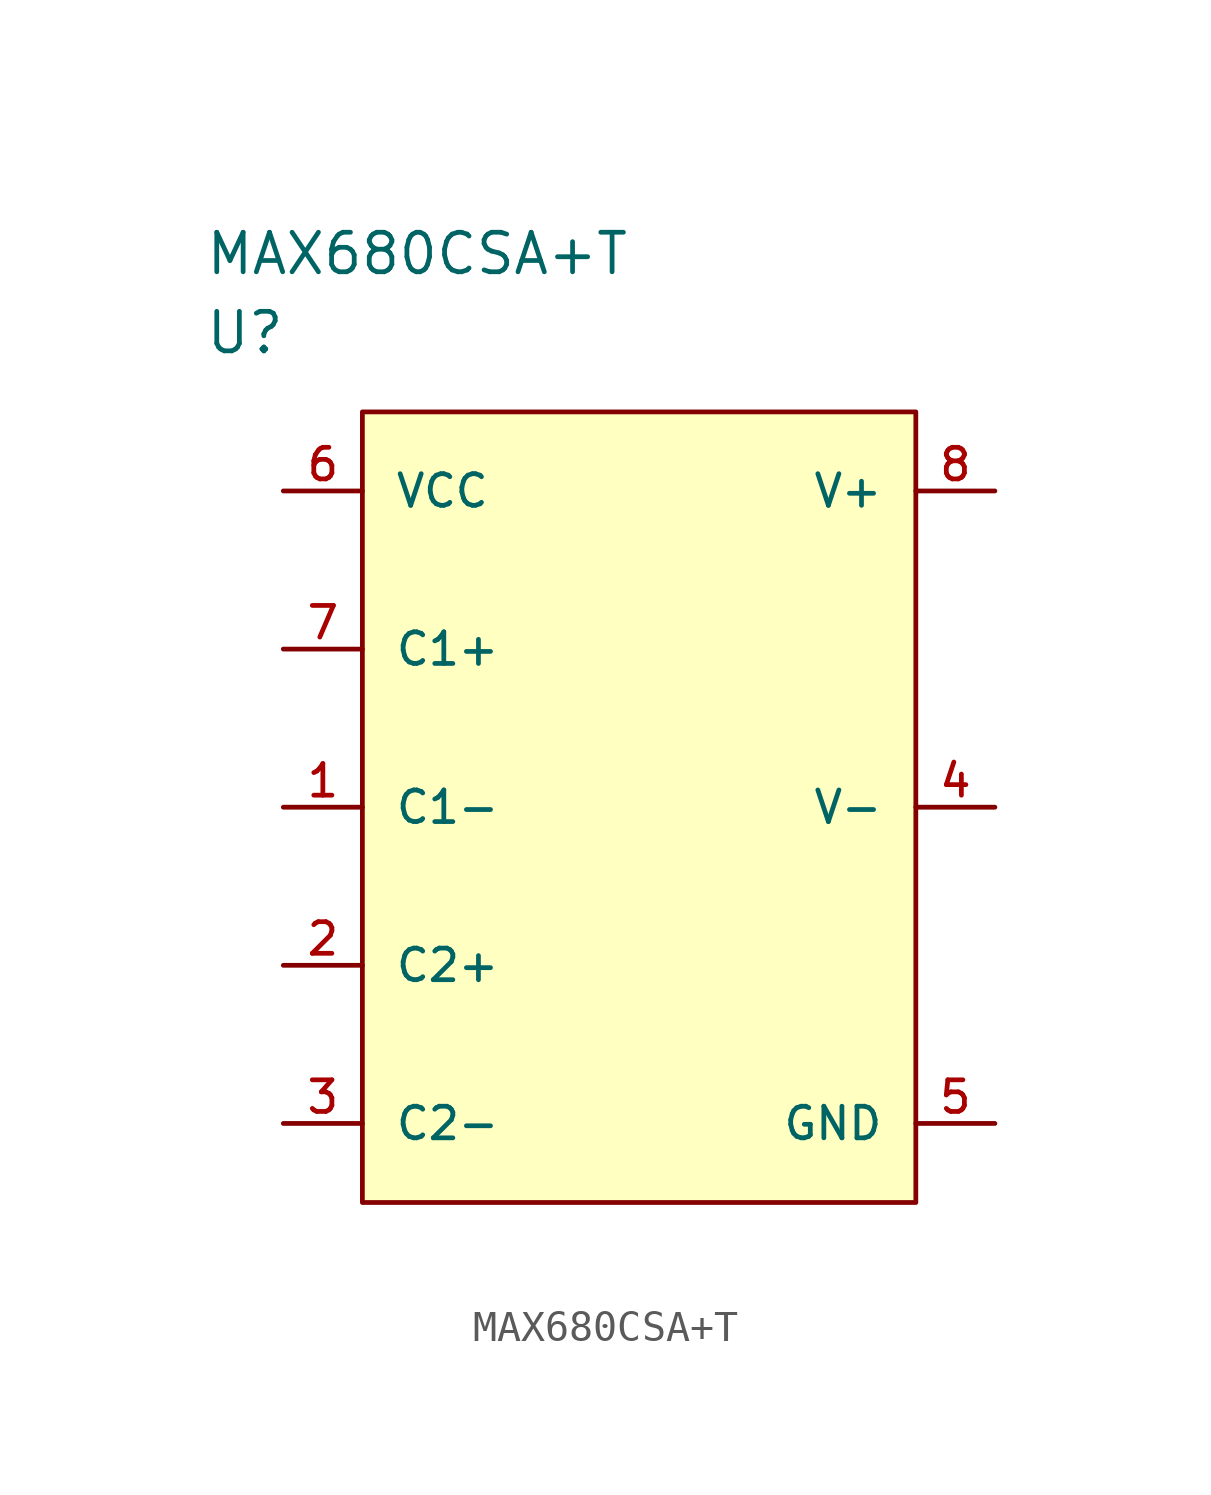
<source format=kicad_sym>
(kicad_symbol_lib
  (version 20211014)
  (generator kicad_symbol_editor)
  (symbol "MAX680CSA+T"
    (pin_names
      (offset 1.016))
    (property "Reference" "U"
      (at 0 5.08 0)
      (effects (font (size 1.27 1.27)) (justify left)))
    (property "Value" "MAX680CSA+T"
      (at 0 7.62 0)
      (effects (font (size 1.27 1.27)) (justify left)))
    (property "ki_locked" ""
      (at 0 0 0)
      (effects (font (size 1.27 1.27))))
    (symbol "MAX680CSA+T_1_1"
      (rectangle (start 5.08 2.54) (end 22.86 -22.86) (stroke (width 0) (type default) (color 0 0 0 0)) (fill (type background)))
      (pin passive line (at 2.54 -10.16 0) (length 2.54) (name "C1-" (effects (font (size 1.016 1.016)))) (number "1" (effects (font (size 1.016 1.016)))))
      (pin passive line (at 2.54 -15.24 0) (length 2.54) (name "C2+" (effects (font (size 1.016 1.016)))) (number "2" (effects (font (size 1.016 1.016)))))
      (pin passive line (at 2.54 -20.32 0) (length 2.54) (name "C2-" (effects (font (size 1.016 1.016)))) (number "3" (effects (font (size 1.016 1.016)))))
      (pin power_in line (at 25.4 -10.16 180) (length 2.54) (name "V-" (effects (font (size 1.016 1.016)))) (number "4" (effects (font (size 1.016 1.016)))))
      (pin power_in line (at 25.4 -20.32 180) (length 2.54) (name "GND" (effects (font (size 1.016 1.016)))) (number "5" (effects (font (size 1.016 1.016)))))
      (pin power_in line (at 2.54 0 0) (length 2.54) (name "VCC" (effects (font (size 1.016 1.016)))) (number "6" (effects (font (size 1.016 1.016)))))
      (pin passive line (at 2.54 -5.08 0) (length 2.54) (name "C1+" (effects (font (size 1.016 1.016)))) (number "7" (effects (font (size 1.016 1.016)))))
      (pin power_in line (at 25.4 0 180) (length 2.54) (name "V+" (effects (font (size 1.016 1.016)))) (number "8" (effects (font (size 1.016 1.016))))))))
</source>
